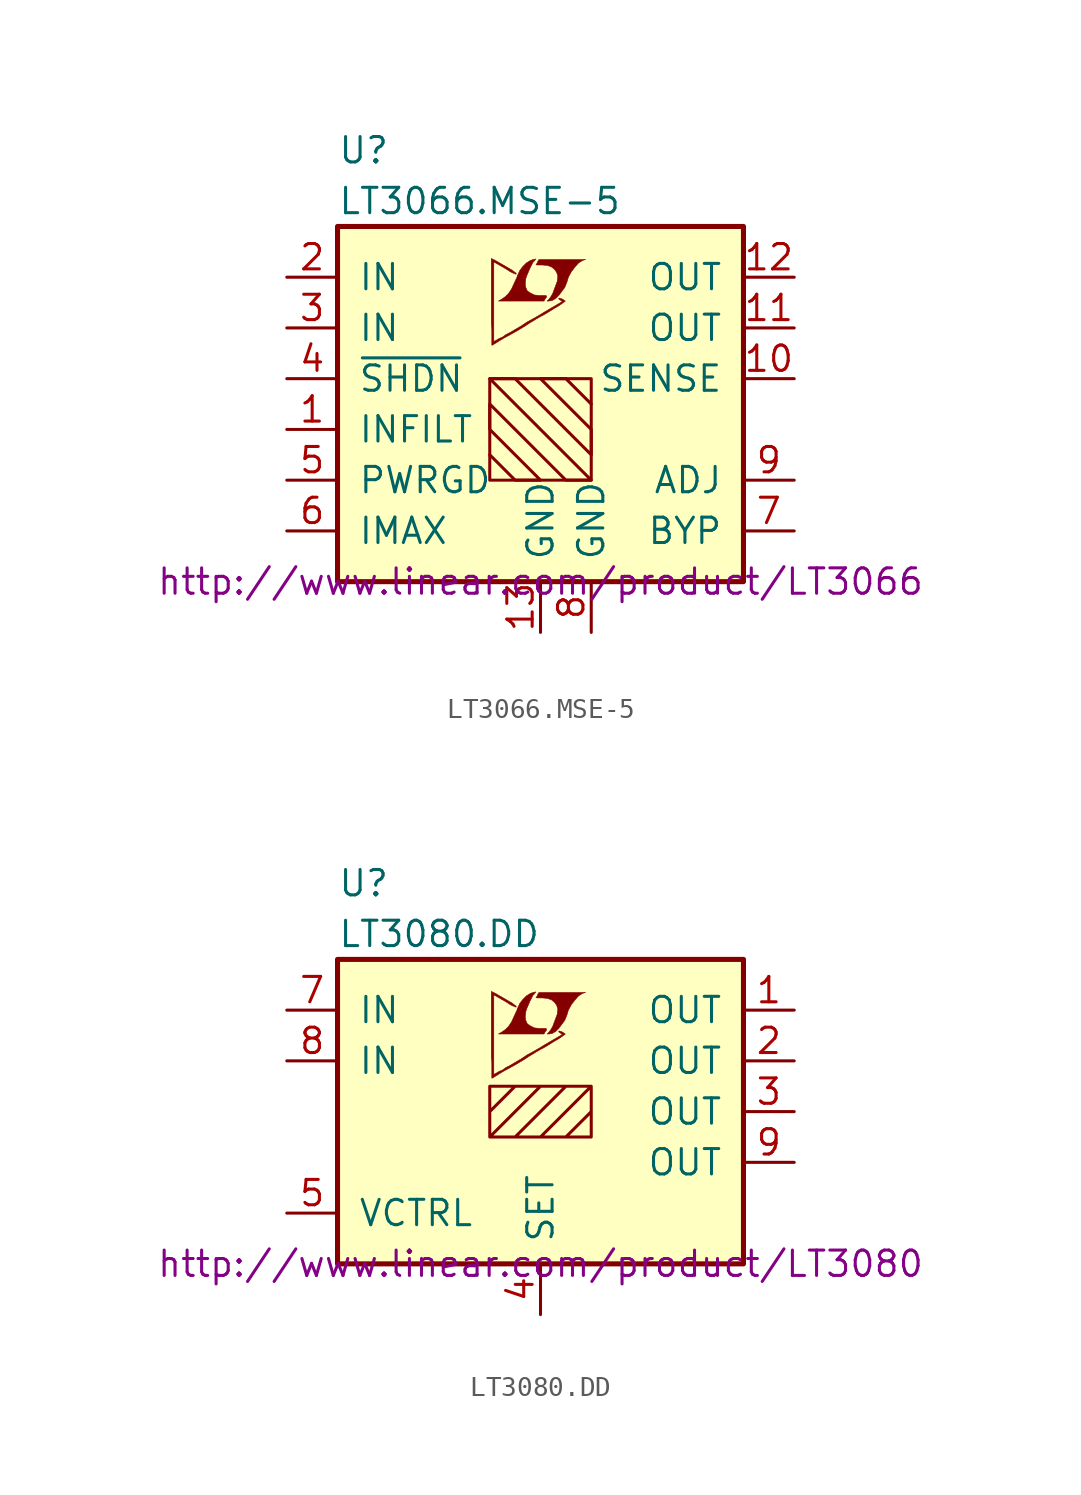
<source format=kicad_sym>
(kicad_symbol_lib
  (version 20201005)
  (generator kicad_symbol_editor)
  (symbol "LT3066.MSE-5"
    (pin_names
      (offset 1.016))
    (property "Reference" "U"
      (at -10.16 13.97 0)
      (effects (font (size 1.27 1.27)) (justify left)))
    (property "Value" "LT3066.MSE-5"
      (at -10.16 11.43 0)
      (effects (font (size 1.27 1.27)) (justify left)))
    (property "Datasheet" "http://www.linear.com/product/LT3066"
      (at 0 -7.62 0)
      (effects (font (size 1.27 1.27))))
    (symbol "LT3066.MSE-5_0_0"
      (polyline (pts (xy 0.584 6.452) (xy 0.762 6.553) (xy 0.914 6.706) (xy 1.219 7.112) (xy 1.321 7.366) (xy 1.397 7.62) (xy 1.549 7.899) (xy 1.727 8.128) (xy 1.905 8.331) (xy 2.108 8.458) (xy 2.261 8.509) (xy -0.076 8.509) (xy -0.152 8.382) (xy -0.152 8.357) (xy -0.203 8.28) (xy -0.229 8.255) (xy -0.178 8.23) (xy 0.102 8.23) (xy 0.356 8.204) (xy 0.559 8.128) (xy 0.711 8.001) (xy 0.813 7.849) (xy 0.864 7.671) (xy 0.838 7.442) (xy 0.838 7.417) (xy 0.61 6.807) (xy 0.508 6.629) (xy 0.406 6.502) (xy 0.33 6.426) (xy 0.432 6.426) (xy 0.584 6.452)) (stroke (width 0.025)) (fill (type outline)))
      (polyline (pts (xy 0.229 6.528) (xy 0.254 6.553) (xy 0.305 6.629) (xy 0.305 6.68) (xy 0.254 6.706) (xy -0.051 6.706) (xy -0.305 6.731) (xy -0.508 6.833) (xy -0.66 6.934) (xy -0.737 7.112) (xy -0.762 7.29) (xy -0.737 7.518) (xy -0.737 7.544) (xy -0.686 7.696) (xy -0.533 8.052) (xy -0.381 8.357) (xy -0.305 8.433) (xy -0.229 8.534) (xy -0.356 8.509) (xy -0.508 8.458) (xy -0.711 8.331) (xy -0.889 8.153) (xy -1.041 7.95) (xy -1.168 7.671) (xy -1.168 7.645) (xy -1.321 7.315) (xy -1.448 7.036) (xy -1.6 6.807) (xy -1.753 6.655) (xy -1.93 6.528) (xy -2.108 6.426) (xy 0.178 6.426) (xy 0.229 6.528)) (stroke (width 0.025)) (fill (type outline)))
      (polyline (pts (xy -2.362 4.242) (xy -2.286 4.293) (xy -2.159 4.369) (xy -2.083 4.42) (xy -1.829 4.572) (xy -1.27 4.877) (xy -0.762 5.182) (xy -0.533 5.334) (xy -0.356 5.436) (xy -0.203 5.537) (xy -0.102 5.588) (xy -0.025 5.639) (xy 0.127 5.715) (xy 0.305 5.817) (xy 0.711 6.071) (xy 0.889 6.172) (xy 1.041 6.274) (xy 1.143 6.35) (xy 1.219 6.401) (xy 1.245 6.426) (xy 1.092 6.528) (xy 0.94 6.579) (xy 0.914 6.553) (xy 0.914 6.528) (xy 0.991 6.477) (xy 1.092 6.401) (xy 0.178 5.867) (xy -0.025 5.74) (xy -0.33 5.563) (xy -0.66 5.385) (xy -0.965 5.182) (xy -1.27 5.004) (xy -1.524 4.851) (xy -1.727 4.75) (xy -1.905 4.623) (xy -2.083 4.547) (xy -2.21 4.47) (xy -2.311 4.42) (xy -2.337 4.394) (xy -2.337 8.382) (xy -1.803 8.077) (xy -1.676 8.001) (xy -1.524 7.899) (xy -1.372 7.823) (xy -1.295 7.798) (xy -1.245 7.772) (xy -1.219 7.772) (xy -1.219 7.823) (xy -1.295 7.874) (xy -1.422 7.976) (xy -1.6 8.077) (xy -1.727 8.153) (xy -2.083 8.357) (xy -2.21 8.433) (xy -2.464 8.56) (xy -2.464 5.283) (xy -2.438 4.978) (xy -2.438 4.216) (xy -2.413 4.216) (xy -2.362 4.242)) (stroke (width 0.025)) (fill (type outline))))
    (symbol "LT3066.MSE-5_0_1"
      (rectangle (start -10.16 10.16) (end 10.16 -7.62) (stroke (width 0.254)) (fill (type background)))
      (rectangle (start -2.54 2.54) (end 2.54 -2.54) (stroke (width 0)) (fill (type none)))
      (polyline (pts (xy -2.54 -1.27) (xy -1.27 -2.54) (xy 0 -2.54) (xy -2.54 0) (xy -2.54 1.27) (xy 1.27 -2.54) (xy 2.54 -2.54) (xy -2.54 2.54) (xy -1.27 2.54) (xy 2.54 -1.27) (xy 2.54 0) (xy 0 2.54) (xy 1.27 2.54) (xy 2.54 1.27)) (stroke (width 0)) (fill (type none))))
    (symbol "LT3066.MSE-5_1_1"
      (pin passive line (at -12.7 0 0) (length 2.54) (name "INFILT" (effects (font (size 1.27 1.27)))) (number "1" (effects (font (size 1.27 1.27)))))
      (pin passive line (at 12.7 2.54 180) (length 2.54) (name "SENSE" (effects (font (size 1.27 1.27)))) (number "10" (effects (font (size 1.27 1.27)))))
      (pin power_out line (at 12.7 5.08 180) (length 2.54) (name "OUT" (effects (font (size 1.27 1.27)))) (number "11" (effects (font (size 1.27 1.27)))))
      (pin power_out line (at 12.7 7.62 180) (length 2.54) (name "OUT" (effects (font (size 1.27 1.27)))) (number "12" (effects (font (size 1.27 1.27)))))
      (pin power_in line (at 0 -10.16 90) (length 2.54) (name "GND" (effects (font (size 1.27 1.27)))) (number "13" (effects (font (size 1.27 1.27)))))
      (pin power_in line (at -12.7 7.62 0) (length 2.54) (name "IN" (effects (font (size 1.27 1.27)))) (number "2" (effects (font (size 1.27 1.27)))))
      (pin power_in line (at -12.7 5.08 0) (length 2.54) (name "IN" (effects (font (size 1.27 1.27)))) (number "3" (effects (font (size 1.27 1.27)))))
      (pin input line (at -12.7 2.54 0) (length 2.54) (name "~SHDN~" (effects (font (size 1.27 1.27)))) (number "4" (effects (font (size 1.27 1.27)))))
      (pin open_collector line (at -12.7 -2.54 0) (length 2.54) (name "PWRGD" (effects (font (size 1.27 1.27)))) (number "5" (effects (font (size 1.27 1.27)))))
      (pin passive line (at -12.7 -5.08 0) (length 2.54) (name "IMAX" (effects (font (size 1.27 1.27)))) (number "6" (effects (font (size 1.27 1.27)))))
      (pin passive line (at 12.7 -5.08 180) (length 2.54) (name "BYP" (effects (font (size 1.27 1.27)))) (number "7" (effects (font (size 1.27 1.27)))))
      (pin power_in line (at 2.54 -10.16 90) (length 2.54) (name "GND" (effects (font (size 1.27 1.27)))) (number "8" (effects (font (size 1.27 1.27)))))
      (pin passive line (at 12.7 -2.54 180) (length 2.54) (name "ADJ" (effects (font (size 1.27 1.27)))) (number "9" (effects (font (size 1.27 1.27)))))))
  (symbol "LT3080.DD"
    (pin_names
      (offset 1.016))
    (property "Reference" "U"
      (at -10.16 11.43 0)
      (effects (font (size 1.27 1.27)) (justify left)))
    (property "Value" "LT3080.DD"
      (at -10.16 8.89 0)
      (effects (font (size 1.27 1.27)) (justify left)))
    (property "Datasheet" "http://www.linear.com/product/LT3080"
      (at 0 -7.62 0)
      (effects (font (size 1.27 1.27))))
    (symbol "LT3080.DD_0_0"
      (polyline (pts (xy 0.584 3.912) (xy 0.762 4.013) (xy 0.914 4.166) (xy 1.219 4.572) (xy 1.321 4.826) (xy 1.397 5.08) (xy 1.549 5.359) (xy 1.727 5.588) (xy 1.905 5.791) (xy 2.108 5.918) (xy 2.261 5.969) (xy -0.076 5.969) (xy -0.152 5.842) (xy -0.152 5.817) (xy -0.203 5.74) (xy -0.229 5.715) (xy -0.178 5.69) (xy 0.102 5.69) (xy 0.356 5.664) (xy 0.559 5.588) (xy 0.711 5.461) (xy 0.813 5.309) (xy 0.864 5.131) (xy 0.838 4.902) (xy 0.838 4.877) (xy 0.61 4.267) (xy 0.508 4.089) (xy 0.406 3.962) (xy 0.33 3.886) (xy 0.432 3.886) (xy 0.584 3.912)) (stroke (width 0.025)) (fill (type outline)))
      (polyline (pts (xy 0.229 3.988) (xy 0.254 4.013) (xy 0.305 4.089) (xy 0.305 4.14) (xy 0.254 4.166) (xy -0.051 4.166) (xy -0.305 4.191) (xy -0.508 4.293) (xy -0.66 4.394) (xy -0.737 4.572) (xy -0.762 4.75) (xy -0.737 4.978) (xy -0.737 5.004) (xy -0.686 5.156) (xy -0.533 5.512) (xy -0.381 5.817) (xy -0.305 5.893) (xy -0.229 5.994) (xy -0.356 5.969) (xy -0.508 5.918) (xy -0.711 5.791) (xy -0.889 5.613) (xy -1.041 5.41) (xy -1.168 5.131) (xy -1.168 5.105) (xy -1.321 4.775) (xy -1.448 4.496) (xy -1.6 4.267) (xy -1.753 4.115) (xy -1.93 3.988) (xy -2.108 3.886) (xy 0.178 3.886) (xy 0.229 3.988)) (stroke (width 0.025)) (fill (type outline)))
      (polyline (pts (xy -2.362 1.702) (xy -2.286 1.753) (xy -2.159 1.829) (xy -2.083 1.88) (xy -1.829 2.032) (xy -1.27 2.337) (xy -0.762 2.642) (xy -0.533 2.794) (xy -0.356 2.896) (xy -0.203 2.997) (xy -0.102 3.048) (xy -0.025 3.099) (xy 0.127 3.175) (xy 0.305 3.277) (xy 0.711 3.531) (xy 0.889 3.632) (xy 1.041 3.734) (xy 1.143 3.81) (xy 1.219 3.861) (xy 1.245 3.886) (xy 1.092 3.988) (xy 0.94 4.039) (xy 0.914 4.013) (xy 0.914 3.988) (xy 0.991 3.937) (xy 1.092 3.861) (xy 0.178 3.327) (xy -0.025 3.2) (xy -0.33 3.023) (xy -0.66 2.845) (xy -0.965 2.642) (xy -1.27 2.464) (xy -1.524 2.311) (xy -1.727 2.21) (xy -1.905 2.083) (xy -2.083 2.007) (xy -2.21 1.93) (xy -2.311 1.88) (xy -2.337 1.854) (xy -2.337 5.842) (xy -1.803 5.537) (xy -1.676 5.461) (xy -1.524 5.359) (xy -1.372 5.283) (xy -1.295 5.258) (xy -1.245 5.232) (xy -1.219 5.232) (xy -1.219 5.283) (xy -1.295 5.334) (xy -1.422 5.436) (xy -1.6 5.537) (xy -1.727 5.613) (xy -2.083 5.817) (xy -2.21 5.893) (xy -2.464 6.02) (xy -2.464 2.743) (xy -2.438 2.438) (xy -2.438 1.676) (xy -2.413 1.676) (xy -2.362 1.702)) (stroke (width 0.025)) (fill (type outline))))
    (symbol "LT3080.DD_0_1"
      (rectangle (start -10.16 7.62) (end 10.16 -7.62) (stroke (width 0.254)) (fill (type background)))
      (polyline (pts (xy -2.54 0) (xy -1.27 1.27) (xy 0 1.27) (xy -2.54 -1.27) (xy -1.27 -1.27) (xy 1.27 1.27) (xy 2.54 1.27) (xy 0 -1.27) (xy 1.27 -1.27) (xy 2.54 0) (xy 2.54 -1.27) (xy -2.54 -1.27) (xy -2.54 1.27) (xy 2.54 1.27) (xy 2.54 -1.27)) (stroke (width 0)) (fill (type none))))
    (symbol "LT3080.DD_1_1"
      (pin power_out line (at 12.7 5.08 180) (length 2.54) (name "OUT" (effects (font (size 1.27 1.27)))) (number "1" (effects (font (size 1.27 1.27)))))
      (pin power_out line (at 12.7 2.54 180) (length 2.54) (name "OUT" (effects (font (size 1.27 1.27)))) (number "2" (effects (font (size 1.27 1.27)))))
      (pin power_out line (at 12.7 0 180) (length 2.54) (name "OUT" (effects (font (size 1.27 1.27)))) (number "3" (effects (font (size 1.27 1.27)))))
      (pin passive line (at 0 -10.16 90) (length 2.54) (name "SET" (effects (font (size 1.27 1.27)))) (number "4" (effects (font (size 1.27 1.27)))))
      (pin input line (at -12.7 -5.08 0) (length 2.54) (name "VCTRL" (effects (font (size 1.27 1.27)))) (number "5" (effects (font (size 1.27 1.27)))))
      (pin unconnected line (at -12.7 -2.54 0) (length 2.54) hide (name "NC" (effects (font (size 1.27 1.27)))) (number "6" (effects (font (size 1.27 1.27)))))
      (pin power_in line (at -12.7 5.08 0) (length 2.54) (name "IN" (effects (font (size 1.27 1.27)))) (number "7" (effects (font (size 1.27 1.27)))))
      (pin power_in line (at -12.7 2.54 0) (length 2.54) (name "IN" (effects (font (size 1.27 1.27)))) (number "8" (effects (font (size 1.27 1.27)))))
      (pin power_out line (at 12.7 -2.54 180) (length 2.54) (name "OUT" (effects (font (size 1.27 1.27)))) (number "9" (effects (font (size 1.27 1.27))))))))
</source>
